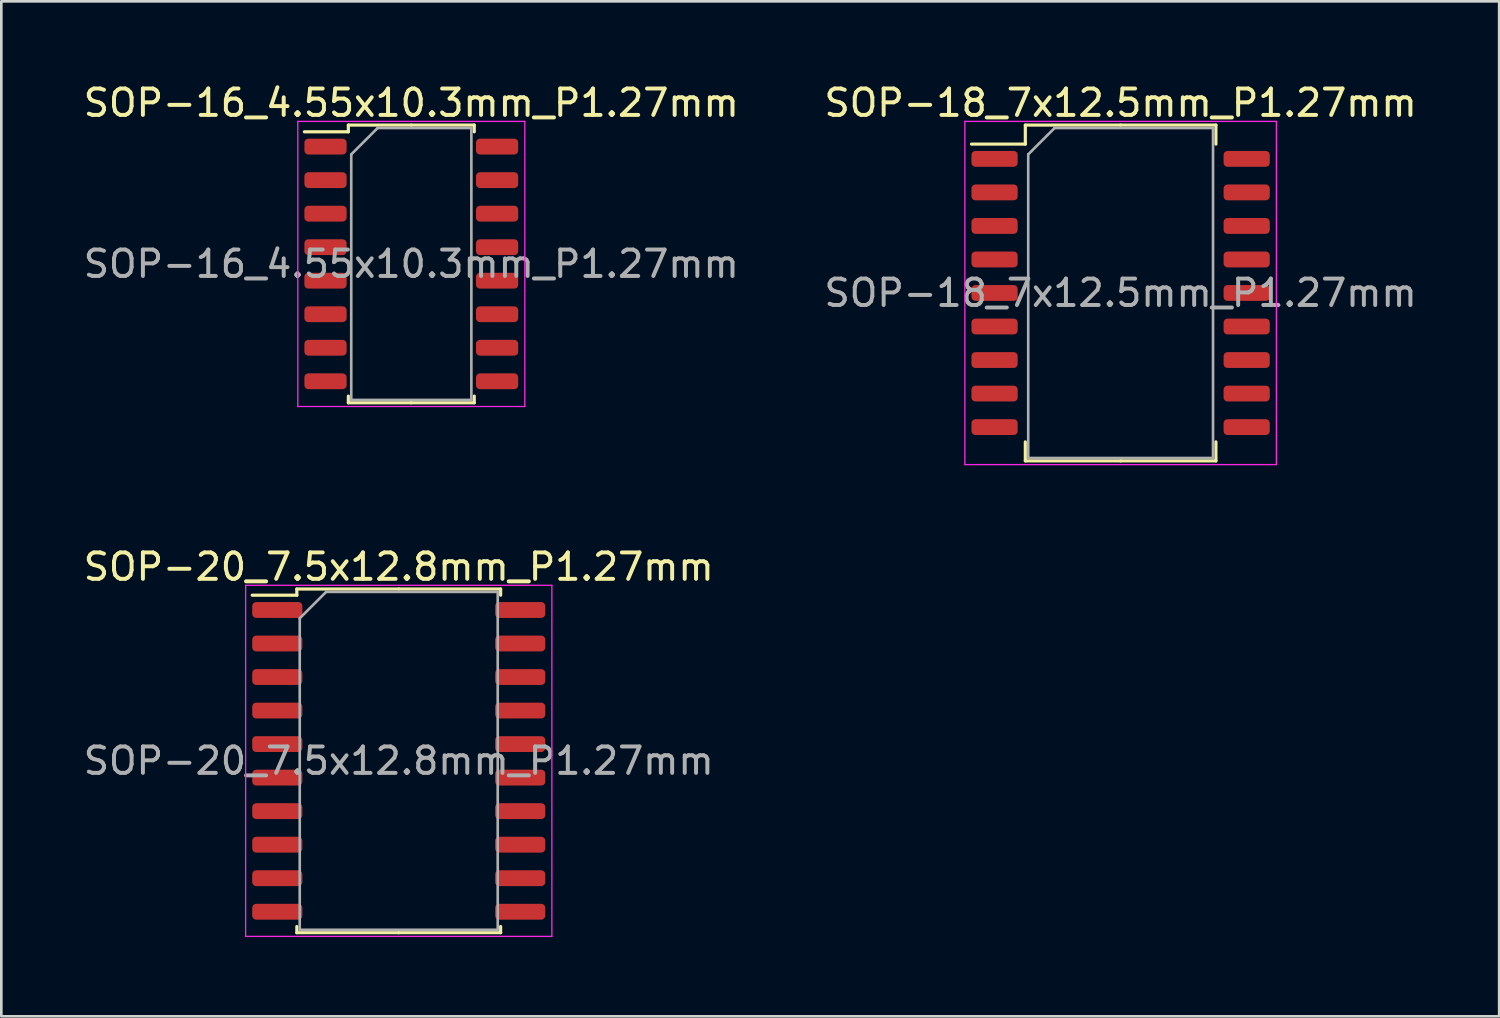
<source format=kicad_pcb>
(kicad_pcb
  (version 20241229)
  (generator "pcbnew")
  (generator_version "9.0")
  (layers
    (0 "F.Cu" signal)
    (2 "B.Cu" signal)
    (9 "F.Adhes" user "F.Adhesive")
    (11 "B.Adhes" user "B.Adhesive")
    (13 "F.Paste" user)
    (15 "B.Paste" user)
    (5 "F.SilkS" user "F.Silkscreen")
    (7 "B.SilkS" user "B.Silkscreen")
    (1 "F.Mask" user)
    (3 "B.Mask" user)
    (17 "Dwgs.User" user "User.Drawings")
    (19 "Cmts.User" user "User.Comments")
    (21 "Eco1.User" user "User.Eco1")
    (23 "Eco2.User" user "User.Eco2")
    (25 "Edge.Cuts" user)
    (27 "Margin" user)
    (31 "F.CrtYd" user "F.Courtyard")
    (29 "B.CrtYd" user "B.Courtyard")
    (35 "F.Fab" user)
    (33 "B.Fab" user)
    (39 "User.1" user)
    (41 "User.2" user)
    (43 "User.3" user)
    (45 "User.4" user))
  (footprint "SOP-18_7x12.5mm_P1.27mm"
    (layer "F.Cu")
    (at 39.399 8.048)
    (property "Reference" "SOP-18_7x12.5mm_P1.27mm" (at 0 -7.2 0) (layer "F.SilkS") (effects (font (size 1 1) (thickness 0.15))))
    (attr smd)
    (fp_line (start -3.61 -6.36) (end -3.61 -5.64) (stroke (width 0.12) (type solid)) (layer "F.SilkS"))
    (fp_line (start -3.61 -5.64) (end -5.65 -5.64) (stroke (width 0.12) (type solid)) (layer "F.SilkS"))
    (fp_line (start -3.61 6.36) (end -3.61 5.64) (stroke (width 0.12) (type solid)) (layer "F.SilkS"))
    (fp_line (start 0 -6.36) (end -3.61 -6.36) (stroke (width 0.12) (type solid)) (layer "F.SilkS"))
    (fp_line (start 0 -6.36) (end 3.61 -6.36) (stroke (width 0.12) (type solid)) (layer "F.SilkS"))
    (fp_line (start 0 6.36) (end -3.61 6.36) (stroke (width 0.12) (type solid)) (layer "F.SilkS"))
    (fp_line (start 0 6.36) (end 3.61 6.36) (stroke (width 0.12) (type solid)) (layer "F.SilkS"))
    (fp_line (start 3.61 -6.36) (end 3.61 -5.64) (stroke (width 0.12) (type solid)) (layer "F.SilkS"))
    (fp_line (start 3.61 6.36) (end 3.61 5.64) (stroke (width 0.12) (type solid)) (layer "F.SilkS"))
    (fp_line (start -5.9 -6.5) (end -5.9 6.5) (stroke (width 0.05) (type solid)) (layer "F.CrtYd"))
    (fp_line (start -5.9 6.5) (end 5.9 6.5) (stroke (width 0.05) (type solid)) (layer "F.CrtYd"))
    (fp_line (start 5.9 -6.5) (end -5.9 -6.5) (stroke (width 0.05) (type solid)) (layer "F.CrtYd"))
    (fp_line (start 5.9 6.5) (end 5.9 -6.5) (stroke (width 0.05) (type solid)) (layer "F.CrtYd"))
    (fp_line (start -3.5 -5.25) (end -2.5 -6.25) (stroke (width 0.1) (type solid)) (layer "F.Fab"))
    (fp_line (start -3.5 6.25) (end -3.5 -5.25) (stroke (width 0.1) (type solid)) (layer "F.Fab"))
    (fp_line (start -2.5 -6.25) (end 3.5 -6.25) (stroke (width 0.1) (type solid)) (layer "F.Fab"))
    (fp_line (start 3.5 -6.25) (end 3.5 6.25) (stroke (width 0.1) (type solid)) (layer "F.Fab"))
    (fp_line (start 3.5 6.25) (end -3.5 6.25) (stroke (width 0.1) (type solid)) (layer "F.Fab"))
    (fp_text user "${REFERENCE}" (at 0 0 0) (layer "F.Fab") (effects (font (size 1 1) (thickness 0.15))))
    (pad "1" smd roundrect (at -4.775 -5.08) (size 1.75 0.6) (layers "F.Cu" "F.Mask" "F.Paste") (roundrect_rratio 0.25))
    (pad "2" smd roundrect (at -4.775 -3.81) (size 1.75 0.6) (layers "F.Cu" "F.Mask" "F.Paste") (roundrect_rratio 0.25))
    (pad "3" smd roundrect (at -4.775 -2.54) (size 1.75 0.6) (layers "F.Cu" "F.Mask" "F.Paste") (roundrect_rratio 0.25))
    (pad "4" smd roundrect (at -4.775 -1.27) (size 1.75 0.6) (layers "F.Cu" "F.Mask" "F.Paste") (roundrect_rratio 0.25))
    (pad "5" smd roundrect (at -4.775 0) (size 1.75 0.6) (layers "F.Cu" "F.Mask" "F.Paste") (roundrect_rratio 0.25))
    (pad "6" smd roundrect (at -4.775 1.27) (size 1.75 0.6) (layers "F.Cu" "F.Mask" "F.Paste") (roundrect_rratio 0.25))
    (pad "7" smd roundrect (at -4.775 2.54) (size 1.75 0.6) (layers "F.Cu" "F.Mask" "F.Paste") (roundrect_rratio 0.25))
    (pad "8" smd roundrect (at -4.775 3.81) (size 1.75 0.6) (layers "F.Cu" "F.Mask" "F.Paste") (roundrect_rratio 0.25))
    (pad "9" smd roundrect (at -4.775 5.08) (size 1.75 0.6) (layers "F.Cu" "F.Mask" "F.Paste") (roundrect_rratio 0.25))
    (pad "10" smd roundrect (at 4.775 5.08) (size 1.75 0.6) (layers "F.Cu" "F.Mask" "F.Paste") (roundrect_rratio 0.25))
    (pad "11" smd roundrect (at 4.775 3.81) (size 1.75 0.6) (layers "F.Cu" "F.Mask" "F.Paste") (roundrect_rratio 0.25))
    (pad "12" smd roundrect (at 4.775 2.54) (size 1.75 0.6) (layers "F.Cu" "F.Mask" "F.Paste") (roundrect_rratio 0.25))
    (pad "13" smd roundrect (at 4.775 1.27) (size 1.75 0.6) (layers "F.Cu" "F.Mask" "F.Paste") (roundrect_rratio 0.25))
    (pad "14" smd roundrect (at 4.775 0) (size 1.75 0.6) (layers "F.Cu" "F.Mask" "F.Paste") (roundrect_rratio 0.25))
    (pad "15" smd roundrect (at 4.775 -1.27) (size 1.75 0.6) (layers "F.Cu" "F.Mask" "F.Paste") (roundrect_rratio 0.25))
    (pad "16" smd roundrect (at 4.775 -2.54) (size 1.75 0.6) (layers "F.Cu" "F.Mask" "F.Paste") (roundrect_rratio 0.25))
    (pad "17" smd roundrect (at 4.775 -3.81) (size 1.75 0.6) (layers "F.Cu" "F.Mask" "F.Paste") (roundrect_rratio 0.25))
    (pad "18" smd roundrect (at 4.775 -5.08) (size 1.75 0.6) (layers "F.Cu" "F.Mask" "F.Paste") (roundrect_rratio 0.25)))
  (footprint "SOP-20_7.5x12.8mm_P1.27mm"
    (layer "F.Cu")
    (at 12.054 25.771)
    (property "Reference" "SOP-20_7.5x12.8mm_P1.27mm" (at 0 -7.35 0) (layer "F.SilkS") (effects (font (size 1 1) (thickness 0.15))))
    (attr smd)
    (fp_line (start -3.86 -6.51) (end -3.86 -6.275) (stroke (width 0.12) (type solid)) (layer "F.SilkS"))
    (fp_line (start -3.86 -6.275) (end -5.55 -6.275) (stroke (width 0.12) (type solid)) (layer "F.SilkS"))
    (fp_line (start -3.86 6.51) (end -3.86 6.275) (stroke (width 0.12) (type solid)) (layer "F.SilkS"))
    (fp_line (start 0 -6.51) (end -3.86 -6.51) (stroke (width 0.12) (type solid)) (layer "F.SilkS"))
    (fp_line (start 0 -6.51) (end 3.86 -6.51) (stroke (width 0.12) (type solid)) (layer "F.SilkS"))
    (fp_line (start 0 6.51) (end -3.86 6.51) (stroke (width 0.12) (type solid)) (layer "F.SilkS"))
    (fp_line (start 0 6.51) (end 3.86 6.51) (stroke (width 0.12) (type solid)) (layer "F.SilkS"))
    (fp_line (start 3.86 -6.51) (end 3.86 -6.275) (stroke (width 0.12) (type solid)) (layer "F.SilkS"))
    (fp_line (start 3.86 6.51) (end 3.86 6.275) (stroke (width 0.12) (type solid)) (layer "F.SilkS"))
    (fp_line (start -5.8 -6.65) (end -5.8 6.65) (stroke (width 0.05) (type solid)) (layer "F.CrtYd"))
    (fp_line (start -5.8 6.65) (end 5.8 6.65) (stroke (width 0.05) (type solid)) (layer "F.CrtYd"))
    (fp_line (start 5.8 -6.65) (end -5.8 -6.65) (stroke (width 0.05) (type solid)) (layer "F.CrtYd"))
    (fp_line (start 5.8 6.65) (end 5.8 -6.65) (stroke (width 0.05) (type solid)) (layer "F.CrtYd"))
    (fp_line (start -3.75 -5.4) (end -2.75 -6.4) (stroke (width 0.1) (type solid)) (layer "F.Fab"))
    (fp_line (start -3.75 6.4) (end -3.75 -5.4) (stroke (width 0.1) (type solid)) (layer "F.Fab"))
    (fp_line (start -2.75 -6.4) (end 3.75 -6.4) (stroke (width 0.1) (type solid)) (layer "F.Fab"))
    (fp_line (start 3.75 -6.4) (end 3.75 6.4) (stroke (width 0.1) (type solid)) (layer "F.Fab"))
    (fp_line (start 3.75 6.4) (end -3.75 6.4) (stroke (width 0.1) (type solid)) (layer "F.Fab"))
    (fp_text user "${REFERENCE}" (at 0 0 0) (layer "F.Fab") (effects (font (size 1 1) (thickness 0.15))))
    (pad "1" smd roundrect (at -4.6 -5.715) (size 1.9 0.6) (layers "F.Cu" "F.Mask" "F.Paste") (roundrect_rratio 0.25))
    (pad "2" smd roundrect (at -4.6 -4.445) (size 1.9 0.6) (layers "F.Cu" "F.Mask" "F.Paste") (roundrect_rratio 0.25))
    (pad "3" smd roundrect (at -4.6 -3.175) (size 1.9 0.6) (layers "F.Cu" "F.Mask" "F.Paste") (roundrect_rratio 0.25))
    (pad "4" smd roundrect (at -4.6 -1.905) (size 1.9 0.6) (layers "F.Cu" "F.Mask" "F.Paste") (roundrect_rratio 0.25))
    (pad "5" smd roundrect (at -4.6 -0.635) (size 1.9 0.6) (layers "F.Cu" "F.Mask" "F.Paste") (roundrect_rratio 0.25))
    (pad "6" smd roundrect (at -4.6 0.635) (size 1.9 0.6) (layers "F.Cu" "F.Mask" "F.Paste") (roundrect_rratio 0.25))
    (pad "7" smd roundrect (at -4.6 1.905) (size 1.9 0.6) (layers "F.Cu" "F.Mask" "F.Paste") (roundrect_rratio 0.25))
    (pad "8" smd roundrect (at -4.6 3.175) (size 1.9 0.6) (layers "F.Cu" "F.Mask" "F.Paste") (roundrect_rratio 0.25))
    (pad "9" smd roundrect (at -4.6 4.445) (size 1.9 0.6) (layers "F.Cu" "F.Mask" "F.Paste") (roundrect_rratio 0.25))
    (pad "10" smd roundrect (at -4.6 5.715) (size 1.9 0.6) (layers "F.Cu" "F.Mask" "F.Paste") (roundrect_rratio 0.25))
    (pad "11" smd roundrect (at 4.6 5.715) (size 1.9 0.6) (layers "F.Cu" "F.Mask" "F.Paste") (roundrect_rratio 0.25))
    (pad "12" smd roundrect (at 4.6 4.445) (size 1.9 0.6) (layers "F.Cu" "F.Mask" "F.Paste") (roundrect_rratio 0.25))
    (pad "13" smd roundrect (at 4.6 3.175) (size 1.9 0.6) (layers "F.Cu" "F.Mask" "F.Paste") (roundrect_rratio 0.25))
    (pad "14" smd roundrect (at 4.6 1.905) (size 1.9 0.6) (layers "F.Cu" "F.Mask" "F.Paste") (roundrect_rratio 0.25))
    (pad "15" smd roundrect (at 4.6 0.635) (size 1.9 0.6) (layers "F.Cu" "F.Mask" "F.Paste") (roundrect_rratio 0.25))
    (pad "16" smd roundrect (at 4.6 -0.635) (size 1.9 0.6) (layers "F.Cu" "F.Mask" "F.Paste") (roundrect_rratio 0.25))
    (pad "17" smd roundrect (at 4.6 -1.905) (size 1.9 0.6) (layers "F.Cu" "F.Mask" "F.Paste") (roundrect_rratio 0.25))
    (pad "18" smd roundrect (at 4.6 -3.175) (size 1.9 0.6) (layers "F.Cu" "F.Mask" "F.Paste") (roundrect_rratio 0.25))
    (pad "19" smd roundrect (at 4.6 -4.445) (size 1.9 0.6) (layers "F.Cu" "F.Mask" "F.Paste") (roundrect_rratio 0.25))
    (pad "20" smd roundrect (at 4.6 -5.715) (size 1.9 0.6) (layers "F.Cu" "F.Mask" "F.Paste") (roundrect_rratio 0.25)))
  (footprint "SOP-16_4.55x10.3mm_P1.27mm"
    (layer "F.Cu")
    (at 12.53 6.948)
    (property "Reference" "SOP-16_4.55x10.3mm_P1.27mm" (at 0 -6.1 0) (layer "F.SilkS") (effects (font (size 1 1) (thickness 0.15))))
    (attr smd)
    (fp_line (start -2.385 -5.26) (end -2.385 -5.005) (stroke (width 0.12) (type solid)) (layer "F.SilkS"))
    (fp_line (start -2.385 -5.005) (end -4.05 -5.005) (stroke (width 0.12) (type solid)) (layer "F.SilkS"))
    (fp_line (start -2.385 5.26) (end -2.385 5.005) (stroke (width 0.12) (type solid)) (layer "F.SilkS"))
    (fp_line (start 0 -5.26) (end -2.385 -5.26) (stroke (width 0.12) (type solid)) (layer "F.SilkS"))
    (fp_line (start 0 -5.26) (end 2.385 -5.26) (stroke (width 0.12) (type solid)) (layer "F.SilkS"))
    (fp_line (start 0 5.26) (end -2.385 5.26) (stroke (width 0.12) (type solid)) (layer "F.SilkS"))
    (fp_line (start 0 5.26) (end 2.385 5.26) (stroke (width 0.12) (type solid)) (layer "F.SilkS"))
    (fp_line (start 2.385 -5.26) (end 2.385 -5.005) (stroke (width 0.12) (type solid)) (layer "F.SilkS"))
    (fp_line (start 2.385 5.26) (end 2.385 5.005) (stroke (width 0.12) (type solid)) (layer "F.SilkS"))
    (fp_line (start -4.3 -5.4) (end -4.3 5.4) (stroke (width 0.05) (type solid)) (layer "F.CrtYd"))
    (fp_line (start -4.3 5.4) (end 4.3 5.4) (stroke (width 0.05) (type solid)) (layer "F.CrtYd"))
    (fp_line (start 4.3 -5.4) (end -4.3 -5.4) (stroke (width 0.05) (type solid)) (layer "F.CrtYd"))
    (fp_line (start 4.3 5.4) (end 4.3 -5.4) (stroke (width 0.05) (type solid)) (layer "F.CrtYd"))
    (fp_line (start -2.275 -4.15) (end -1.275 -5.15) (stroke (width 0.1) (type solid)) (layer "F.Fab"))
    (fp_line (start -2.275 5.15) (end -2.275 -4.15) (stroke (width 0.1) (type solid)) (layer "F.Fab"))
    (fp_line (start -1.275 -5.15) (end 2.275 -5.15) (stroke (width 0.1) (type solid)) (layer "F.Fab"))
    (fp_line (start 2.275 -5.15) (end 2.275 5.15) (stroke (width 0.1) (type solid)) (layer "F.Fab"))
    (fp_line (start 2.275 5.15) (end -2.275 5.15) (stroke (width 0.1) (type solid)) (layer "F.Fab"))
    (fp_text user "${REFERENCE}" (at 0 0 0) (layer "F.Fab") (effects (font (size 1 1) (thickness 0.15))))
    (pad "1" smd roundrect (at -3.25 -4.445) (size 1.6 0.6) (layers "F.Cu" "F.Mask" "F.Paste") (roundrect_rratio 0.25))
    (pad "2" smd roundrect (at -3.25 -3.175) (size 1.6 0.6) (layers "F.Cu" "F.Mask" "F.Paste") (roundrect_rratio 0.25))
    (pad "3" smd roundrect (at -3.25 -1.905) (size 1.6 0.6) (layers "F.Cu" "F.Mask" "F.Paste") (roundrect_rratio 0.25))
    (pad "4" smd roundrect (at -3.25 -0.635) (size 1.6 0.6) (layers "F.Cu" "F.Mask" "F.Paste") (roundrect_rratio 0.25))
    (pad "5" smd roundrect (at -3.25 0.635) (size 1.6 0.6) (layers "F.Cu" "F.Mask" "F.Paste") (roundrect_rratio 0.25))
    (pad "6" smd roundrect (at -3.25 1.905) (size 1.6 0.6) (layers "F.Cu" "F.Mask" "F.Paste") (roundrect_rratio 0.25))
    (pad "7" smd roundrect (at -3.25 3.175) (size 1.6 0.6) (layers "F.Cu" "F.Mask" "F.Paste") (roundrect_rratio 0.25))
    (pad "8" smd roundrect (at -3.25 4.445) (size 1.6 0.6) (layers "F.Cu" "F.Mask" "F.Paste") (roundrect_rratio 0.25))
    (pad "9" smd roundrect (at 3.25 4.445) (size 1.6 0.6) (layers "F.Cu" "F.Mask" "F.Paste") (roundrect_rratio 0.25))
    (pad "10" smd roundrect (at 3.25 3.175) (size 1.6 0.6) (layers "F.Cu" "F.Mask" "F.Paste") (roundrect_rratio 0.25))
    (pad "11" smd roundrect (at 3.25 1.905) (size 1.6 0.6) (layers "F.Cu" "F.Mask" "F.Paste") (roundrect_rratio 0.25))
    (pad "12" smd roundrect (at 3.25 0.635) (size 1.6 0.6) (layers "F.Cu" "F.Mask" "F.Paste") (roundrect_rratio 0.25))
    (pad "13" smd roundrect (at 3.25 -0.635) (size 1.6 0.6) (layers "F.Cu" "F.Mask" "F.Paste") (roundrect_rratio 0.25))
    (pad "14" smd roundrect (at 3.25 -1.905) (size 1.6 0.6) (layers "F.Cu" "F.Mask" "F.Paste") (roundrect_rratio 0.25))
    (pad "15" smd roundrect (at 3.25 -3.175) (size 1.6 0.6) (layers "F.Cu" "F.Mask" "F.Paste") (roundrect_rratio 0.25))
    (pad "16" smd roundrect (at 3.25 -4.445) (size 1.6 0.6) (layers "F.Cu" "F.Mask" "F.Paste") (roundrect_rratio 0.25)))
  (gr_rect
    (start -3 -3)
    (end 53.738 35.447)
    (stroke (width 0.1) (type default))
    (fill no)
    (layer "Edge.Cuts")))
</source>
